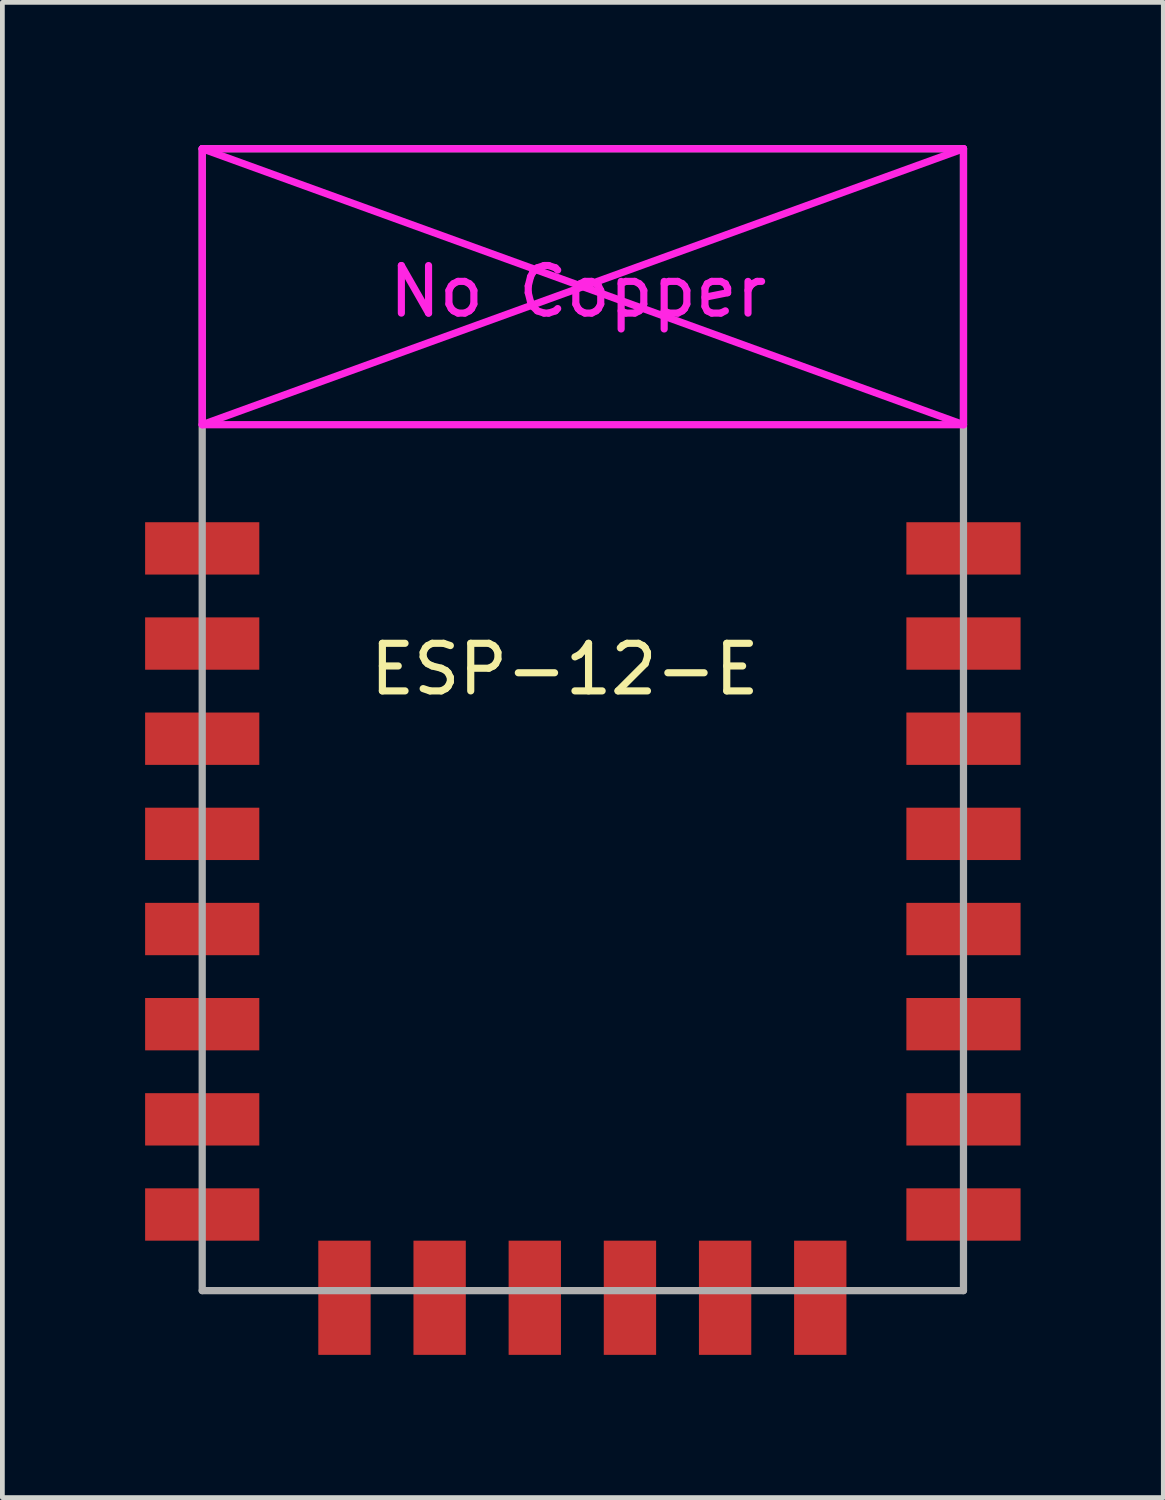
<source format=kicad_pcb>
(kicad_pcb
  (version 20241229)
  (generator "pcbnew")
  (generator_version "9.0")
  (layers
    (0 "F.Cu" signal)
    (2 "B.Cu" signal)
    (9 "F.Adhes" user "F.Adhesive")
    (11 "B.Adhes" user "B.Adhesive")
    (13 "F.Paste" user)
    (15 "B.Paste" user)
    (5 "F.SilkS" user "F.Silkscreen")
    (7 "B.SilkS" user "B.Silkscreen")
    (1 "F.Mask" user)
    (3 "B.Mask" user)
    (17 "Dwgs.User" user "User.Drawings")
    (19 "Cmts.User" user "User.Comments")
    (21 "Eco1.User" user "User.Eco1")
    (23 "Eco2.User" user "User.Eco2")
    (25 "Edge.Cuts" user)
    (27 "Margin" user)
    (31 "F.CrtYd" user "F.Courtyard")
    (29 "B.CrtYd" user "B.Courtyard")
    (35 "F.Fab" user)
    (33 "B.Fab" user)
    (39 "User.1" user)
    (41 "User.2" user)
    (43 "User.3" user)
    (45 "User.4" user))
  (footprint "ESP-12-E"
    (layer "F.Cu")
    (at 1.2 8.476)
    (property "Reference" "ESP-12-E" (at 7.62 2.54 0) (layer "F.SilkS") (effects (font (size 1 1) (thickness 0.15))))
    (attr through_hole)
    (fp_line (start 0 -8.4) (end 0 -2.6) (stroke (width 0.152) (type solid)) (layer "F.CrtYd"))
    (fp_line (start 0 -8.4) (end 16 -2.6) (stroke (width 0.152) (type solid)) (layer "F.CrtYd"))
    (fp_line (start 0 -2.6) (end 16 -2.6) (stroke (width 0.152) (type solid)) (layer "F.CrtYd"))
    (fp_line (start 16 -8.4) (end 0 -8.4) (stroke (width 0.152) (type solid)) (layer "F.CrtYd"))
    (fp_line (start 16 -8.4) (end 0 -2.6) (stroke (width 0.152) (type solid)) (layer "F.CrtYd"))
    (fp_line (start 16 -2.6) (end 16 -8.4) (stroke (width 0.152) (type solid)) (layer "F.CrtYd"))
    (fp_line (start 0 -8.4) (end 16 -8.4) (stroke (width 0.152) (type solid)) (layer "F.Fab"))
    (fp_line (start 0 15.6) (end 0 -8.4) (stroke (width 0.152) (type solid)) (layer "F.Fab"))
    (fp_line (start 16 -8.4) (end 16 15.6) (stroke (width 0.152) (type solid)) (layer "F.Fab"))
    (fp_line (start 16 15.6) (end 0 15.6) (stroke (width 0.152) (type solid)) (layer "F.Fab"))
    (fp_text user "No Copper" (at 7.9 -5.4 0) (layer "F.CrtYd") (effects (font (size 1 1) (thickness 0.15))))
    (pad "1" smd rect (at 0 0) (size 2.4 1.1) (layers "F.Cu" "F.Mask" "F.Paste"))
    (pad "2" smd rect (at 0 2) (size 2.4 1.1) (layers "F.Cu" "F.Mask" "F.Paste"))
    (pad "3" smd rect (at 0 4) (size 2.4 1.1) (layers "F.Cu" "F.Mask" "F.Paste"))
    (pad "4" smd rect (at 0 6) (size 2.4 1.1) (layers "F.Cu" "F.Mask" "F.Paste"))
    (pad "5" smd rect (at 0 8) (size 2.4 1.1) (layers "F.Cu" "F.Mask" "F.Paste"))
    (pad "6" smd rect (at 0 10) (size 2.4 1.1) (layers "F.Cu" "F.Mask" "F.Paste"))
    (pad "7" smd rect (at 0 12) (size 2.4 1.1) (layers "F.Cu" "F.Mask" "F.Paste"))
    (pad "8" smd rect (at 0 14) (size 2.4 1.1) (layers "F.Cu" "F.Mask" "F.Paste"))
    (pad "9" smd rect (at 2.99 15.75 90) (size 2.4 1.1) (layers "F.Cu" "F.Mask" "F.Paste"))
    (pad "10" smd rect (at 4.99 15.75 90) (size 2.4 1.1) (layers "F.Cu" "F.Mask" "F.Paste"))
    (pad "11" smd rect (at 6.99 15.75 90) (size 2.4 1.1) (layers "F.Cu" "F.Mask" "F.Paste"))
    (pad "12" smd rect (at 8.99 15.75 90) (size 2.4 1.1) (layers "F.Cu" "F.Mask" "F.Paste"))
    (pad "13" smd rect (at 10.99 15.75 90) (size 2.4 1.1) (layers "F.Cu" "F.Mask" "F.Paste"))
    (pad "14" smd rect (at 12.99 15.75 90) (size 2.4 1.1) (layers "F.Cu" "F.Mask" "F.Paste"))
    (pad "15" smd rect (at 16 14) (size 2.4 1.1) (layers "F.Cu" "F.Mask" "F.Paste"))
    (pad "16" smd rect (at 16 12) (size 2.4 1.1) (layers "F.Cu" "F.Mask" "F.Paste"))
    (pad "17" smd rect (at 16 10) (size 2.4 1.1) (layers "F.Cu" "F.Mask" "F.Paste"))
    (pad "18" smd rect (at 16 8) (size 2.4 1.1) (layers "F.Cu" "F.Mask" "F.Paste"))
    (pad "19" smd rect (at 16 6) (size 2.4 1.1) (layers "F.Cu" "F.Mask" "F.Paste"))
    (pad "20" smd rect (at 16 4) (size 2.4 1.1) (layers "F.Cu" "F.Mask" "F.Paste"))
    (pad "21" smd rect (at 16 2) (size 2.4 1.1) (layers "F.Cu" "F.Mask" "F.Paste"))
    (pad "22" smd rect (at 16 0) (size 2.4 1.1) (layers "F.Cu" "F.Mask" "F.Paste")))
  (gr_rect
    (start -3 -3)
    (end 21.4 28.426)
    (stroke (width 0.1) (type default))
    (fill no)
    (layer "Edge.Cuts")))
</source>
